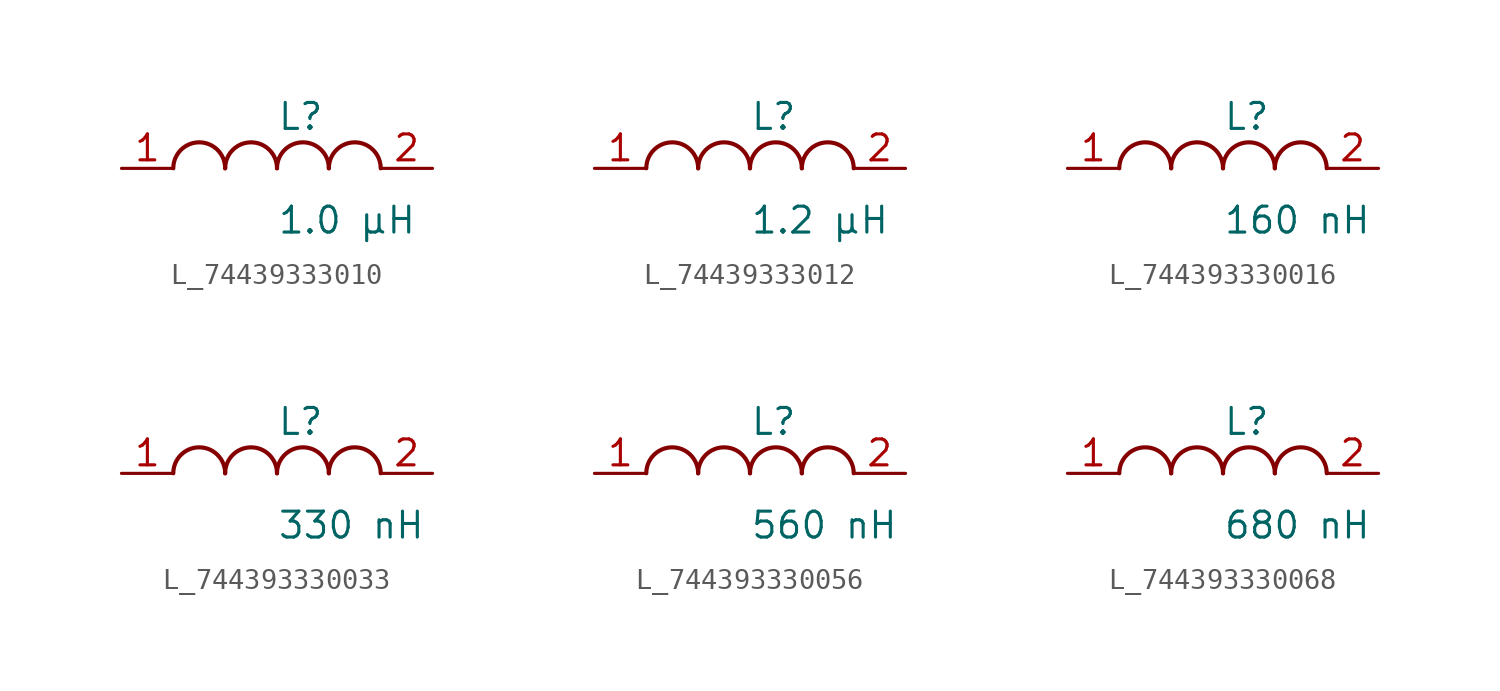
<source format=kicad_sym>
(kicad_symbol_lib
  (version 20231120)
  (generator kicad_symbol_editor)
  (generator_version 8.0)
  (symbol "L_74439333010"
    (pin_names
      (offset 0.254))
    (property "Reference" "L"
      (at 0 2.54 0)
      (effects (font (size 1.27 1.27)) (justify left)))
    (property "Value" "1.0 µH"
      (at 0 -2.54 0)
      (effects (font (size 1.27 1.27)) (justify left)))
    (symbol "L_74439333010_1_1"
      (arc (start -2.54 0.0056) (mid -3.81 1.27) (end -5.08 0.0056) (stroke (width 0.2032) (type default)) (fill (type none)))
      (arc (start 0 0.0056) (mid -1.27 1.27) (end -2.54 0.0056) (stroke (width 0.2032) (type default)) (fill (type none)))
      (arc (start 2.54 0.0056) (mid 1.27 1.27) (end 0 0.0056) (stroke (width 0.2032) (type default)) (fill (type none)))
      (arc (start 5.08 0.0056) (mid 3.81 1.27) (end 2.54 0.0056) (stroke (width 0.2032) (type default)) (fill (type none)))
      (pin unspecified line (at -7.62 0 0) (length 2.54) (name "" (effects (font (size 1.27 1.27)))) (number "1" (effects (font (size 1.27 1.27)))))
      (pin unspecified line (at 7.62 0 180) (length 2.54) (name "" (effects (font (size 1.27 1.27)))) (number "2" (effects (font (size 1.27 1.27)))))))
  (symbol "L_74439333012"
    (pin_names
      (offset 0.254))
    (property "Reference" "L"
      (at 0 2.54 0)
      (effects (font (size 1.27 1.27)) (justify left)))
    (property "Value" "1.2 µH"
      (at 0 -2.54 0)
      (effects (font (size 1.27 1.27)) (justify left)))
    (symbol "L_74439333012_1_1"
      (arc (start -2.54 0.0056) (mid -3.81 1.27) (end -5.08 0.0056) (stroke (width 0.2032) (type default)) (fill (type none)))
      (arc (start 0 0.0056) (mid -1.27 1.27) (end -2.54 0.0056) (stroke (width 0.2032) (type default)) (fill (type none)))
      (arc (start 2.54 0.0056) (mid 1.27 1.27) (end 0 0.0056) (stroke (width 0.2032) (type default)) (fill (type none)))
      (arc (start 5.08 0.0056) (mid 3.81 1.27) (end 2.54 0.0056) (stroke (width 0.2032) (type default)) (fill (type none)))
      (pin unspecified line (at -7.62 0 0) (length 2.54) (name "" (effects (font (size 1.27 1.27)))) (number "1" (effects (font (size 1.27 1.27)))))
      (pin unspecified line (at 7.62 0 180) (length 2.54) (name "" (effects (font (size 1.27 1.27)))) (number "2" (effects (font (size 1.27 1.27)))))))
  (symbol "L_744393330016"
    (pin_names
      (offset 0.254))
    (property "Reference" "L"
      (at 0 2.54 0)
      (effects (font (size 1.27 1.27)) (justify left)))
    (property "Value" "160 nH"
      (at 0 -2.54 0)
      (effects (font (size 1.27 1.27)) (justify left)))
    (symbol "L_744393330016_1_1"
      (arc (start -2.54 0.0056) (mid -3.81 1.27) (end -5.08 0.0056) (stroke (width 0.2032) (type default)) (fill (type none)))
      (arc (start 0 0.0056) (mid -1.27 1.27) (end -2.54 0.0056) (stroke (width 0.2032) (type default)) (fill (type none)))
      (arc (start 2.54 0.0056) (mid 1.27 1.27) (end 0 0.0056) (stroke (width 0.2032) (type default)) (fill (type none)))
      (arc (start 5.08 0.0056) (mid 3.81 1.27) (end 2.54 0.0056) (stroke (width 0.2032) (type default)) (fill (type none)))
      (pin unspecified line (at -7.62 0 0) (length 2.54) (name "" (effects (font (size 1.27 1.27)))) (number "1" (effects (font (size 1.27 1.27)))))
      (pin unspecified line (at 7.62 0 180) (length 2.54) (name "" (effects (font (size 1.27 1.27)))) (number "2" (effects (font (size 1.27 1.27)))))))
  (symbol "L_744393330033"
    (pin_names
      (offset 0.254))
    (property "Reference" "L"
      (at 0 2.54 0)
      (effects (font (size 1.27 1.27)) (justify left)))
    (property "Value" "330 nH"
      (at 0 -2.54 0)
      (effects (font (size 1.27 1.27)) (justify left)))
    (symbol "L_744393330033_1_1"
      (arc (start -2.54 0.0056) (mid -3.81 1.27) (end -5.08 0.0056) (stroke (width 0.2032) (type default)) (fill (type none)))
      (arc (start 0 0.0056) (mid -1.27 1.27) (end -2.54 0.0056) (stroke (width 0.2032) (type default)) (fill (type none)))
      (arc (start 2.54 0.0056) (mid 1.27 1.27) (end 0 0.0056) (stroke (width 0.2032) (type default)) (fill (type none)))
      (arc (start 5.08 0.0056) (mid 3.81 1.27) (end 2.54 0.0056) (stroke (width 0.2032) (type default)) (fill (type none)))
      (pin unspecified line (at -7.62 0 0) (length 2.54) (name "" (effects (font (size 1.27 1.27)))) (number "1" (effects (font (size 1.27 1.27)))))
      (pin unspecified line (at 7.62 0 180) (length 2.54) (name "" (effects (font (size 1.27 1.27)))) (number "2" (effects (font (size 1.27 1.27)))))))
  (symbol "L_744393330056"
    (pin_names
      (offset 0.254))
    (property "Reference" "L"
      (at 0 2.54 0)
      (effects (font (size 1.27 1.27)) (justify left)))
    (property "Value" "560 nH"
      (at 0 -2.54 0)
      (effects (font (size 1.27 1.27)) (justify left)))
    (symbol "L_744393330056_1_1"
      (arc (start -2.54 0.0056) (mid -3.81 1.27) (end -5.08 0.0056) (stroke (width 0.2032) (type default)) (fill (type none)))
      (arc (start 0 0.0056) (mid -1.27 1.27) (end -2.54 0.0056) (stroke (width 0.2032) (type default)) (fill (type none)))
      (arc (start 2.54 0.0056) (mid 1.27 1.27) (end 0 0.0056) (stroke (width 0.2032) (type default)) (fill (type none)))
      (arc (start 5.08 0.0056) (mid 3.81 1.27) (end 2.54 0.0056) (stroke (width 0.2032) (type default)) (fill (type none)))
      (pin unspecified line (at -7.62 0 0) (length 2.54) (name "" (effects (font (size 1.27 1.27)))) (number "1" (effects (font (size 1.27 1.27)))))
      (pin unspecified line (at 7.62 0 180) (length 2.54) (name "" (effects (font (size 1.27 1.27)))) (number "2" (effects (font (size 1.27 1.27)))))))
  (symbol "L_744393330068"
    (pin_names
      (offset 0.254))
    (property "Reference" "L"
      (at 0 2.54 0)
      (effects (font (size 1.27 1.27)) (justify left)))
    (property "Value" "680 nH"
      (at 0 -2.54 0)
      (effects (font (size 1.27 1.27)) (justify left)))
    (symbol "L_744393330068_1_1"
      (arc (start -2.54 0.0056) (mid -3.81 1.27) (end -5.08 0.0056) (stroke (width 0.2032) (type default)) (fill (type none)))
      (arc (start 0 0.0056) (mid -1.27 1.27) (end -2.54 0.0056) (stroke (width 0.2032) (type default)) (fill (type none)))
      (arc (start 2.54 0.0056) (mid 1.27 1.27) (end 0 0.0056) (stroke (width 0.2032) (type default)) (fill (type none)))
      (arc (start 5.08 0.0056) (mid 3.81 1.27) (end 2.54 0.0056) (stroke (width 0.2032) (type default)) (fill (type none)))
      (pin unspecified line (at -7.62 0 0) (length 2.54) (name "" (effects (font (size 1.27 1.27)))) (number "1" (effects (font (size 1.27 1.27)))))
      (pin unspecified line (at 7.62 0 180) (length 2.54) (name "" (effects (font (size 1.27 1.27)))) (number "2" (effects (font (size 1.27 1.27))))))))
</source>
